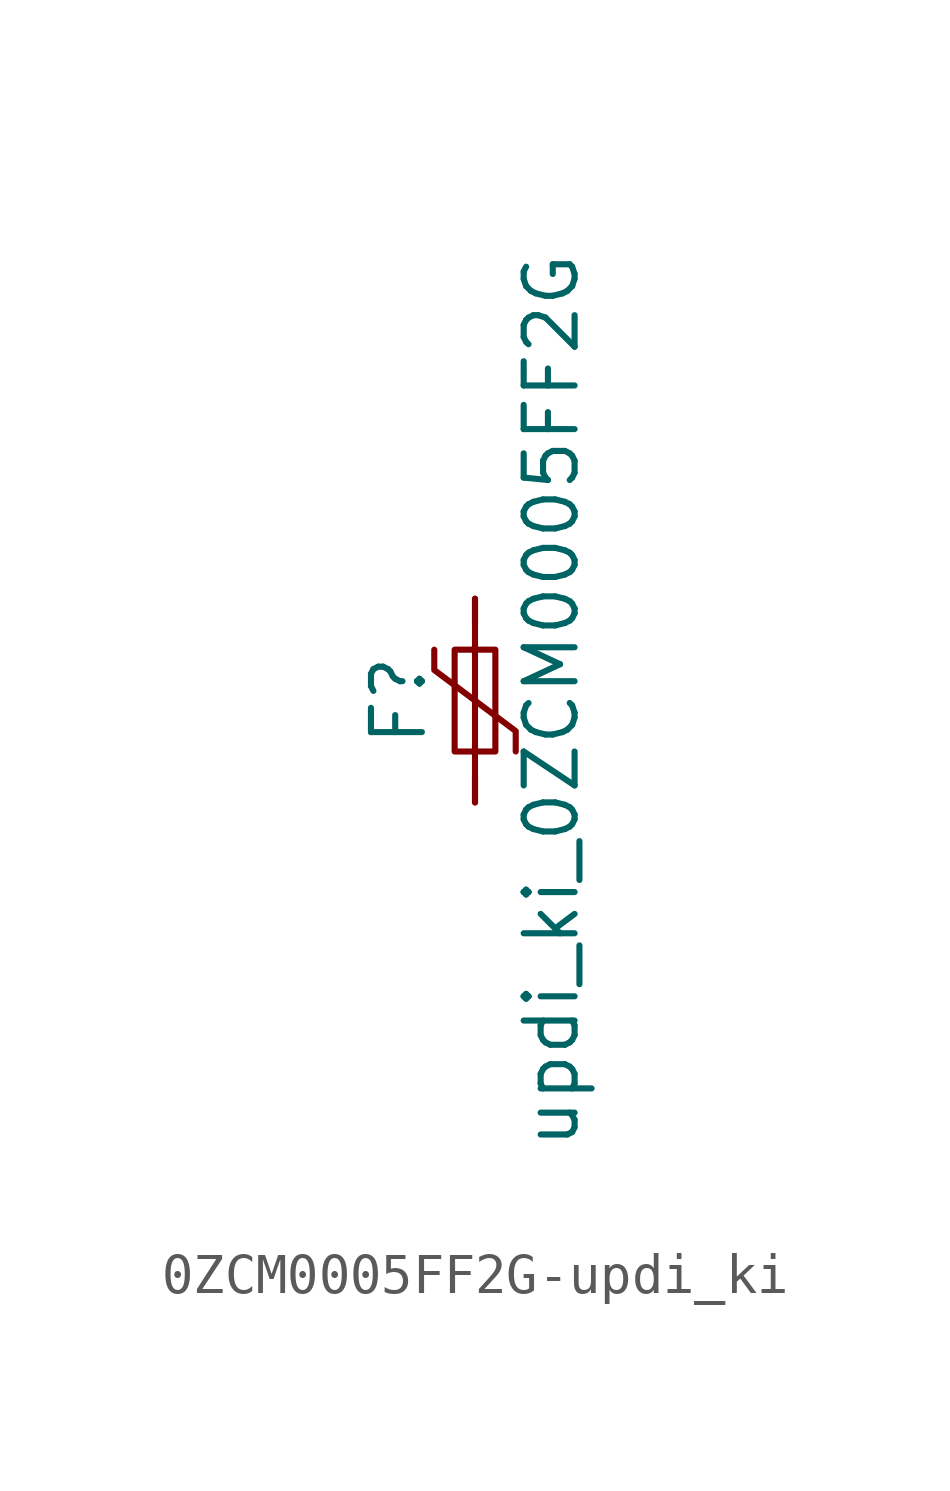
<source format=kicad_sym>
(kicad_symbol_lib
  (version 20220914)
  (generator kicad_symbol_editor)
  (symbol "0ZCM0005FF2G-updi_ki"
    (pin_numbers hide)
    (pin_names
      (offset 0))
    (property "Reference" "F"
      (at -1.905 0 90)
      (effects (font (size 1.27 1.27))))
    (property "Value" "updi_ki_0ZCM0005FF2G"
      (at 1.905 0 90)
      (effects (font (size 1.27 1.27))))
    (symbol "0ZCM0005FF2G-updi_ki_0_1"
      (rectangle (start -0.508 1.27) (end 0.508 -1.27) (stroke (width 0) (type solid)) (fill (type none)))
      (polyline (pts (xy 0 2.54) (xy 0 -2.54)) (stroke (width 0) (type solid)) (fill (type none)))
      (polyline (pts (xy -1.016 1.27) (xy -1.016 0.762) (xy 1.016 -0.762) (xy 1.016 -1.27)) (stroke (width 0) (type solid)) (fill (type none))))
    (symbol "0ZCM0005FF2G-updi_ki_1_1"
      (pin passive line (at 0 2.54 270) (length 0.635) (name "~" (effects (font (size 1.27 1.27)))) (number "1" (effects (font (size 1.27 1.27)))))
      (pin passive line (at 0 -2.54 90) (length 0.635) (name "~" (effects (font (size 1.27 1.27)))) (number "2" (effects (font (size 1.27 1.27))))))))
</source>
